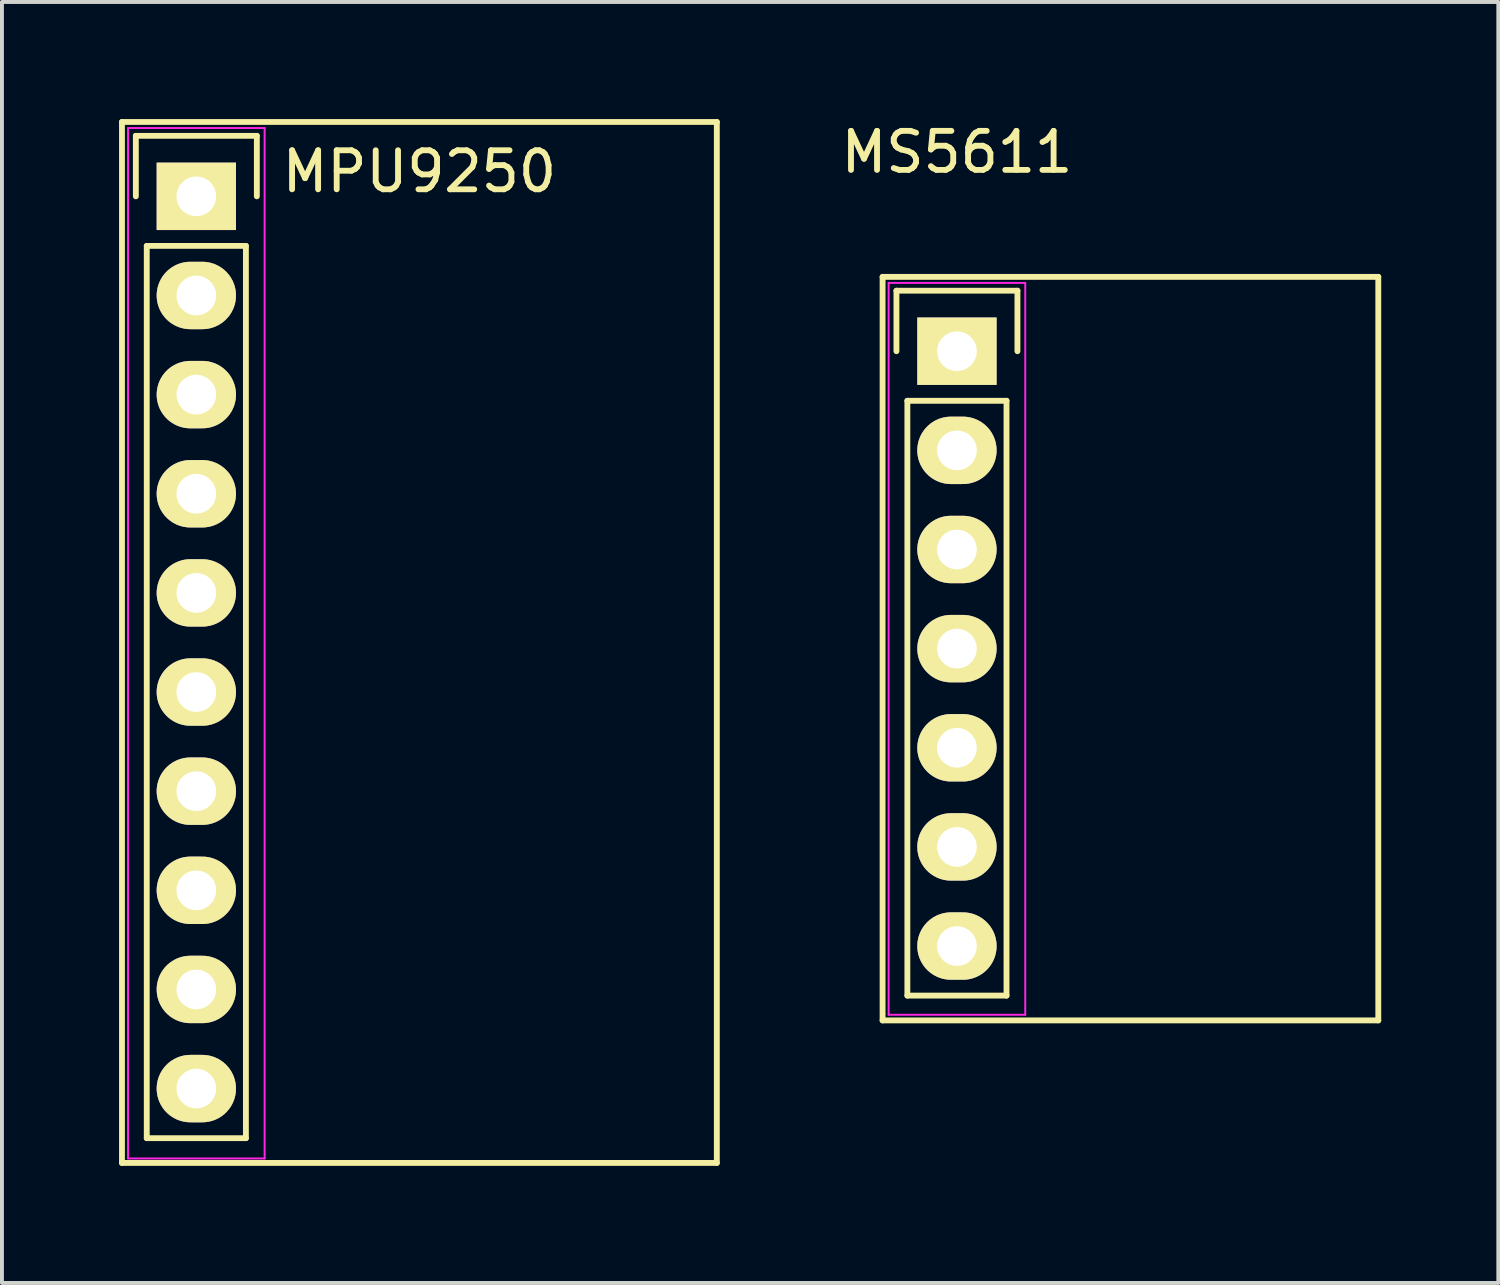
<source format=kicad_pcb>
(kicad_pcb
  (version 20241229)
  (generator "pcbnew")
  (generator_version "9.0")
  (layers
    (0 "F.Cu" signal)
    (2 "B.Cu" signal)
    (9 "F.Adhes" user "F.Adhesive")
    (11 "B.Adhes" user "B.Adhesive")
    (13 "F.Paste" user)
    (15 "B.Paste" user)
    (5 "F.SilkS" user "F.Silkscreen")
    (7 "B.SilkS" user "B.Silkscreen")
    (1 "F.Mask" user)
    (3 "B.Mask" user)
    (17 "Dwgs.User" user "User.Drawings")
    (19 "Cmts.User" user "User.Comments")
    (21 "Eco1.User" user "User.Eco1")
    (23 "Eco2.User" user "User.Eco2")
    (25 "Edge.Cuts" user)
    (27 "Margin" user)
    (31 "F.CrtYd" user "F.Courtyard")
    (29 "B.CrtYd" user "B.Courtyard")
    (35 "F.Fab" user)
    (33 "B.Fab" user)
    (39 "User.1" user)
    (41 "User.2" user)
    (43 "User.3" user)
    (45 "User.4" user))
  (footprint "MS5611"
    (layer "F.Cu")
    (at 21.467 5.948)
    (property "Reference" "MS5611" (at 0 -5.1 0) (layer "F.SilkS") (effects (font (size 1 1) (thickness 0.15))))
    (attr through_hole)
    (fp_line (start -1.905 -1.905) (end 10.795 -1.905) (stroke (width 0.15) (type solid)) (layer "F.SilkS"))
    (fp_line (start -1.905 17.145) (end -1.905 -1.905) (stroke (width 0.15) (type solid)) (layer "F.SilkS"))
    (fp_line (start -1.55 -1.55) (end 1.55 -1.55) (stroke (width 0.15) (type solid)) (layer "F.SilkS"))
    (fp_line (start -1.55 0) (end -1.55 -1.55) (stroke (width 0.15) (type solid)) (layer "F.SilkS"))
    (fp_line (start -1.27 16.51) (end -1.27 1.27) (stroke (width 0.15) (type solid)) (layer "F.SilkS"))
    (fp_line (start 1.27 1.27) (end -1.27 1.27) (stroke (width 0.15) (type solid)) (layer "F.SilkS"))
    (fp_line (start 1.27 1.27) (end 1.27 16.51) (stroke (width 0.15) (type solid)) (layer "F.SilkS"))
    (fp_line (start 1.27 16.51) (end -1.27 16.51) (stroke (width 0.15) (type solid)) (layer "F.SilkS"))
    (fp_line (start 1.55 -1.55) (end 1.55 0) (stroke (width 0.15) (type solid)) (layer "F.SilkS"))
    (fp_line (start 10.795 -1.905) (end 10.795 17.145) (stroke (width 0.15) (type solid)) (layer "F.SilkS"))
    (fp_line (start 10.795 17.145) (end -1.905 17.145) (stroke (width 0.15) (type solid)) (layer "F.SilkS"))
    (fp_line (start -1.75 -1.75) (end -1.75 17) (stroke (width 0.05) (type solid)) (layer "F.CrtYd"))
    (fp_line (start -1.75 -1.75) (end 1.75 -1.75) (stroke (width 0.05) (type solid)) (layer "F.CrtYd"))
    (fp_line (start -1.75 17) (end 1.75 17) (stroke (width 0.05) (type solid)) (layer "F.CrtYd"))
    (fp_line (start 1.75 -1.75) (end 1.75 17) (stroke (width 0.05) (type solid)) (layer "F.CrtYd"))
    (pad "1" thru_hole rect (at 0 0) (size 2.032 1.727) (drill 1.016) (layers "*.Cu" "*.Mask" "F.SilkS"))
    (pad "2" thru_hole oval (at 0 2.54) (size 2.032 1.727) (drill 1.016) (layers "*.Cu" "*.Mask" "F.SilkS"))
    (pad "3" thru_hole oval (at 0 5.08) (size 2.032 1.727) (drill 1.016) (layers "*.Cu" "*.Mask" "F.SilkS"))
    (pad "4" thru_hole oval (at 0 7.62) (size 2.032 1.727) (drill 1.016) (layers "*.Cu" "*.Mask" "F.SilkS"))
    (pad "5" thru_hole oval (at 0 10.16) (size 2.032 1.727) (drill 1.016) (layers "*.Cu" "*.Mask" "F.SilkS"))
    (pad "6" thru_hole oval (at 0 12.7) (size 2.032 1.727) (drill 1.016) (layers "*.Cu" "*.Mask" "F.SilkS"))
    (pad "7" thru_hole oval (at 0 15.24) (size 2.032 1.727) (drill 1.016) (layers "*.Cu" "*.Mask" "F.SilkS")))
  (footprint "MPU9250"
    (layer "F.Cu")
    (at 1.98 1.98)
    (property "Reference" "MPU9250" (at 5.715 -0.635 0) (layer "F.SilkS") (effects (font (size 1 1) (thickness 0.15))))
    (attr through_hole)
    (fp_line (start -1.905 -1.905) (end 13.335 -1.905) (stroke (width 0.15) (type solid)) (layer "F.SilkS"))
    (fp_line (start -1.905 24.765) (end -1.905 -1.905) (stroke (width 0.15) (type solid)) (layer "F.SilkS"))
    (fp_line (start -1.55 -1.55) (end 1.55 -1.55) (stroke (width 0.15) (type solid)) (layer "F.SilkS"))
    (fp_line (start -1.55 0) (end -1.55 -1.55) (stroke (width 0.15) (type solid)) (layer "F.SilkS"))
    (fp_line (start -1.27 24.13) (end -1.27 1.27) (stroke (width 0.15) (type solid)) (layer "F.SilkS"))
    (fp_line (start 1.27 1.27) (end -1.27 1.27) (stroke (width 0.15) (type solid)) (layer "F.SilkS"))
    (fp_line (start 1.27 1.27) (end 1.27 24.13) (stroke (width 0.15) (type solid)) (layer "F.SilkS"))
    (fp_line (start 1.27 24.13) (end -1.27 24.13) (stroke (width 0.15) (type solid)) (layer "F.SilkS"))
    (fp_line (start 1.55 -1.55) (end 1.55 0) (stroke (width 0.15) (type solid)) (layer "F.SilkS"))
    (fp_line (start 13.335 -1.905) (end 13.335 24.765) (stroke (width 0.15) (type solid)) (layer "F.SilkS"))
    (fp_line (start 13.335 24.765) (end -1.905 24.765) (stroke (width 0.15) (type solid)) (layer "F.SilkS"))
    (fp_line (start -1.75 -1.75) (end -1.75 24.65) (stroke (width 0.05) (type solid)) (layer "F.CrtYd"))
    (fp_line (start -1.75 -1.75) (end 1.75 -1.75) (stroke (width 0.05) (type solid)) (layer "F.CrtYd"))
    (fp_line (start -1.75 24.65) (end 1.75 24.65) (stroke (width 0.05) (type solid)) (layer "F.CrtYd"))
    (fp_line (start 1.75 -1.75) (end 1.75 24.65) (stroke (width 0.05) (type solid)) (layer "F.CrtYd"))
    (pad "1" thru_hole rect (at 0 0) (size 2.032 1.727) (drill 1.016) (layers "*.Cu" "*.Mask" "F.SilkS"))
    (pad "2" thru_hole oval (at 0 2.54) (size 2.032 1.727) (drill 1.016) (layers "*.Cu" "*.Mask" "F.SilkS"))
    (pad "3" thru_hole oval (at 0 5.08) (size 2.032 1.727) (drill 1.016) (layers "*.Cu" "*.Mask" "F.SilkS"))
    (pad "4" thru_hole oval (at 0 7.62) (size 2.032 1.727) (drill 1.016) (layers "*.Cu" "*.Mask" "F.SilkS"))
    (pad "5" thru_hole oval (at 0 10.16) (size 2.032 1.727) (drill 1.016) (layers "*.Cu" "*.Mask" "F.SilkS"))
    (pad "6" thru_hole oval (at 0 12.7) (size 2.032 1.727) (drill 1.016) (layers "*.Cu" "*.Mask" "F.SilkS"))
    (pad "7" thru_hole oval (at 0 15.24) (size 2.032 1.727) (drill 1.016) (layers "*.Cu" "*.Mask" "F.SilkS"))
    (pad "8" thru_hole oval (at 0 17.78) (size 2.032 1.727) (drill 1.016) (layers "*.Cu" "*.Mask" "F.SilkS"))
    (pad "9" thru_hole oval (at 0 20.32) (size 2.032 1.727) (drill 1.016) (layers "*.Cu" "*.Mask" "F.SilkS"))
    (pad "10" thru_hole oval (at 0 22.86) (size 2.032 1.727) (drill 1.016) (layers "*.Cu" "*.Mask" "F.SilkS")))
  (gr_rect
    (start -3 -3)
    (end 35.337 29.82)
    (stroke (width 0.1) (type default))
    (fill no)
    (layer "Edge.Cuts")))
</source>
